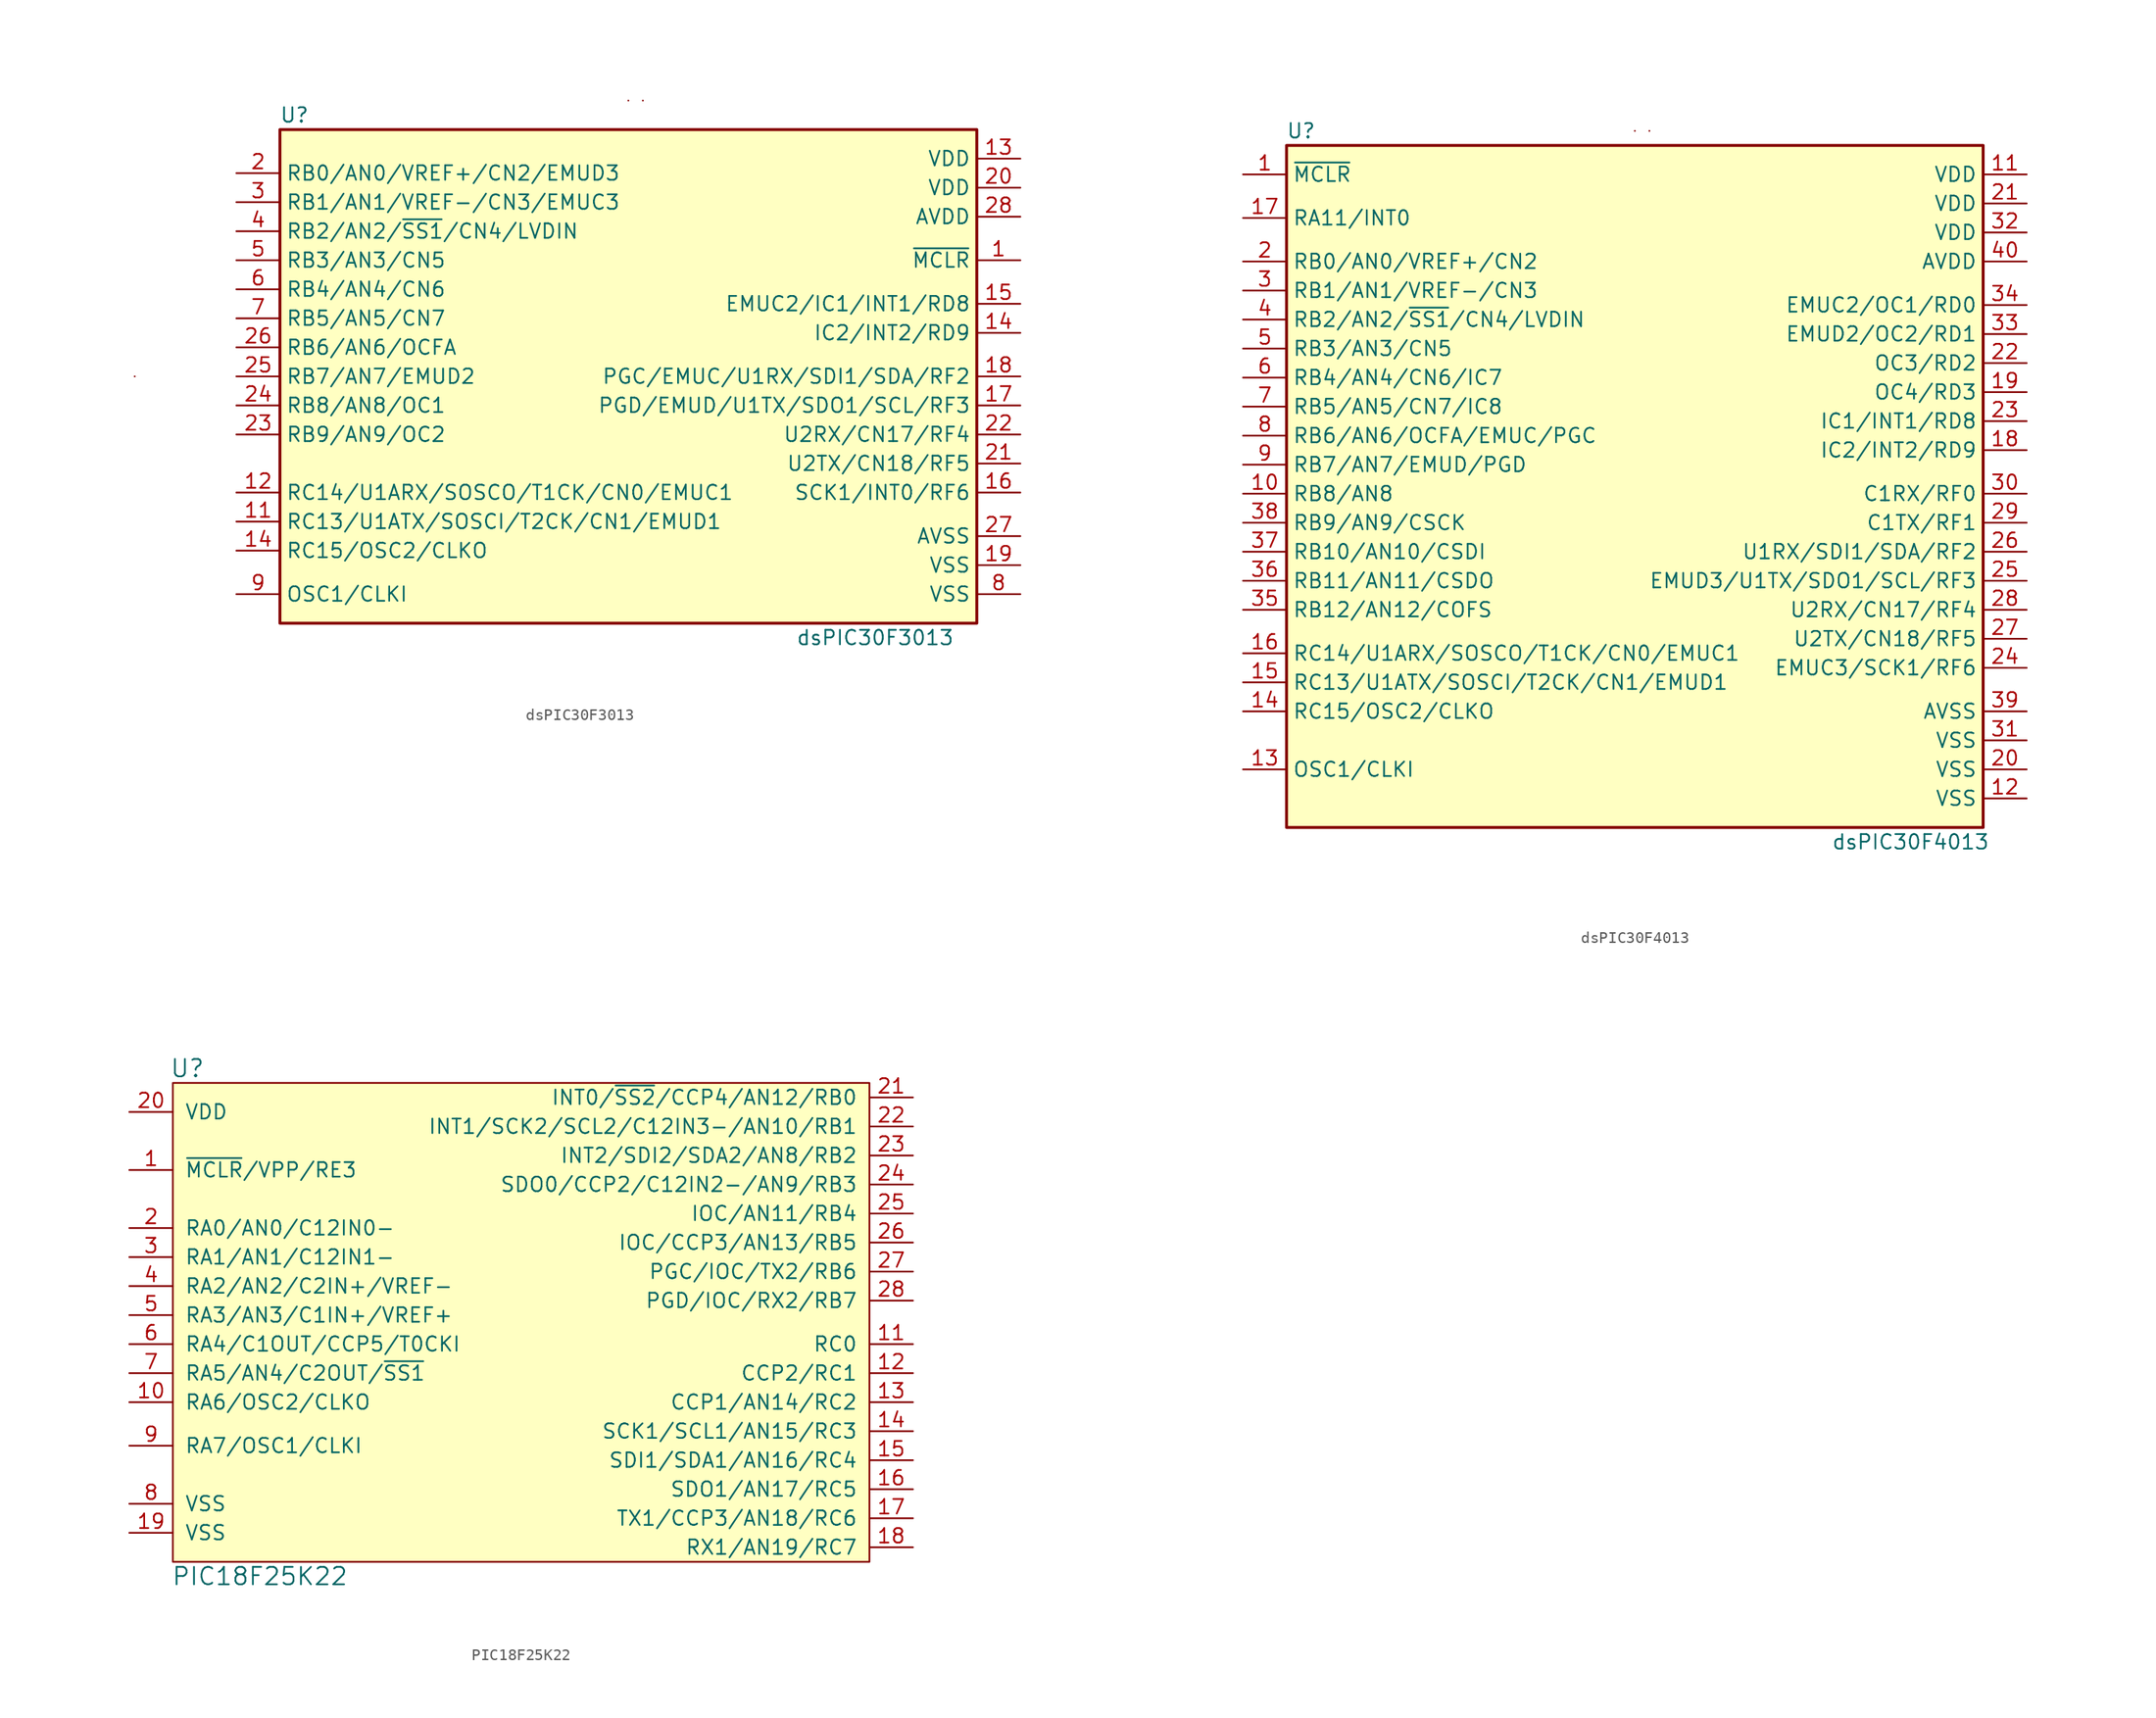
<source format=kicad_sym>
(kicad_symbol_lib
  (version 20211014)
  (generator kicad_symbol_editor)
  (symbol "dsPIC30F3013"
    (property "Reference" "U"
      (at -29.21 22.86 0)
      (effects (font (size 1.27 1.27))))
    (property "Value" "dsPIC30F3013"
      (at 21.59 -22.86 0)
      (effects (font (size 1.27 1.27))))
    (symbol "dsPIC30F3013_0_1"
      (rectangle (start -43.18 0) (end -43.18 0) (stroke (width 0) (type default) (color 0 0 0 0)) (fill (type none)))
      (rectangle (start 0 24.13) (end 0 24.13) (stroke (width 0) (type default) (color 0 0 0 0)) (fill (type none)))
      (rectangle (start 1.27 24.13) (end 1.27 24.13) (stroke (width 0) (type default) (color 0 0 0 0)) (fill (type none))))
    (symbol "dsPIC30F3013_1_1"
      (rectangle (start -30.48 21.59) (end 30.48 -21.59) (stroke (width 0.254) (type default) (color 0 0 0 0)) (fill (type background)))
      (pin input line (at 34.29 10.16 180) (length 3.81) (name "~{MCLR}" (effects (font (size 1.27 1.27)))) (number "1" (effects (font (size 1.27 1.27)))))
      (pin bidirectional line (at -34.29 -12.7 0) (length 3.81) (name "RC13/U1ATX/SOSCI/T2CK/CN1/EMUD1" (effects (font (size 1.27 1.27)))) (number "11" (effects (font (size 1.27 1.27)))))
      (pin bidirectional line (at -34.29 -10.16 0) (length 3.81) (name "RC14/U1ARX/SOSCO/T1CK/CN0/EMUC1" (effects (font (size 1.27 1.27)))) (number "12" (effects (font (size 1.27 1.27)))))
      (pin power_in line (at 34.29 19.05 180) (length 3.81) (name "VDD" (effects (font (size 1.27 1.27)))) (number "13" (effects (font (size 1.27 1.27)))))
      (pin bidirectional line (at 34.29 3.81 180) (length 3.81) (name "IC2/INT2/RD9" (effects (font (size 1.27 1.27)))) (number "14" (effects (font (size 1.27 1.27)))))
      (pin bidirectional line (at -34.29 -15.24 0) (length 3.81) (name "RC15/OSC2/CLKO" (effects (font (size 1.27 1.27)))) (number "14" (effects (font (size 1.27 1.27)))))
      (pin bidirectional line (at 34.29 6.35 180) (length 3.81) (name "EMUC2/IC1/INT1/RD8" (effects (font (size 1.27 1.27)))) (number "15" (effects (font (size 1.27 1.27)))))
      (pin bidirectional line (at 34.29 -10.16 180) (length 3.81) (name "SCK1/INT0/RF6" (effects (font (size 1.27 1.27)))) (number "16" (effects (font (size 1.27 1.27)))))
      (pin bidirectional line (at 34.29 -2.54 180) (length 3.81) (name "PGD/EMUD/U1TX/SDO1/SCL/RF3" (effects (font (size 1.27 1.27)))) (number "17" (effects (font (size 1.27 1.27)))))
      (pin bidirectional line (at 34.29 0 180) (length 3.81) (name "PGC/EMUC/U1RX/SDI1/SDA/RF2" (effects (font (size 1.27 1.27)))) (number "18" (effects (font (size 1.27 1.27)))))
      (pin power_in line (at 34.29 -16.51 180) (length 3.81) (name "VSS" (effects (font (size 1.27 1.27)))) (number "19" (effects (font (size 1.27 1.27)))))
      (pin bidirectional line (at -34.29 17.78 0) (length 3.81) (name "RB0/AN0/VREF+/CN2/EMUD3" (effects (font (size 1.27 1.27)))) (number "2" (effects (font (size 1.27 1.27)))))
      (pin power_in line (at 34.29 16.51 180) (length 3.81) (name "VDD" (effects (font (size 1.27 1.27)))) (number "20" (effects (font (size 1.27 1.27)))))
      (pin bidirectional line (at 34.29 -7.62 180) (length 3.81) (name "U2TX/CN18/RF5" (effects (font (size 1.27 1.27)))) (number "21" (effects (font (size 1.27 1.27)))))
      (pin bidirectional line (at 34.29 -5.08 180) (length 3.81) (name "U2RX/CN17/RF4" (effects (font (size 1.27 1.27)))) (number "22" (effects (font (size 1.27 1.27)))))
      (pin bidirectional line (at -34.29 -5.08 0) (length 3.81) (name "RB9/AN9/OC2" (effects (font (size 1.27 1.27)))) (number "23" (effects (font (size 1.27 1.27)))))
      (pin bidirectional line (at -34.29 -2.54 0) (length 3.81) (name "RB8/AN8/OC1" (effects (font (size 1.27 1.27)))) (number "24" (effects (font (size 1.27 1.27)))))
      (pin bidirectional line (at -34.29 0 0) (length 3.81) (name "RB7/AN7/EMUD2" (effects (font (size 1.27 1.27)))) (number "25" (effects (font (size 1.27 1.27)))))
      (pin bidirectional line (at -34.29 2.54 0) (length 3.81) (name "RB6/AN6/OCFA" (effects (font (size 1.27 1.27)))) (number "26" (effects (font (size 1.27 1.27)))))
      (pin power_in line (at 34.29 -13.97 180) (length 3.81) (name "AVSS" (effects (font (size 1.27 1.27)))) (number "27" (effects (font (size 1.27 1.27)))))
      (pin power_in line (at 34.29 13.97 180) (length 3.81) (name "AVDD" (effects (font (size 1.27 1.27)))) (number "28" (effects (font (size 1.27 1.27)))))
      (pin bidirectional line (at -34.29 15.24 0) (length 3.81) (name "RB1/AN1/VREF-/CN3/EMUC3" (effects (font (size 1.27 1.27)))) (number "3" (effects (font (size 1.27 1.27)))))
      (pin bidirectional line (at -34.29 12.7 0) (length 3.81) (name "RB2/AN2/~{SS1}/CN4/LVDIN" (effects (font (size 1.27 1.27)))) (number "4" (effects (font (size 1.27 1.27)))))
      (pin bidirectional line (at -34.29 10.16 0) (length 3.81) (name "RB3/AN3/CN5" (effects (font (size 1.27 1.27)))) (number "5" (effects (font (size 1.27 1.27)))))
      (pin bidirectional line (at -34.29 7.62 0) (length 3.81) (name "RB4/AN4/CN6" (effects (font (size 1.27 1.27)))) (number "6" (effects (font (size 1.27 1.27)))))
      (pin bidirectional line (at -34.29 5.08 0) (length 3.81) (name "RB5/AN5/CN7" (effects (font (size 1.27 1.27)))) (number "7" (effects (font (size 1.27 1.27)))))
      (pin power_in line (at 34.29 -19.05 180) (length 3.81) (name "VSS" (effects (font (size 1.27 1.27)))) (number "8" (effects (font (size 1.27 1.27)))))
      (pin input line (at -34.29 -19.05 0) (length 3.81) (name "OSC1/CLKI" (effects (font (size 1.27 1.27)))) (number "9" (effects (font (size 1.27 1.27)))))))
  (symbol "dsPIC30F4013"
    (property "Reference" "U"
      (at -29.21 31.75 0)
      (effects (font (size 1.27 1.27))))
    (property "Value" "dsPIC30F4013"
      (at 24.13 -30.48 0)
      (effects (font (size 1.27 1.27))))
    (symbol "dsPIC30F4013_0_1"
      (rectangle (start 0 31.75) (end 0 31.75) (stroke (width 0) (type default) (color 0 0 0 0)) (fill (type none)))
      (rectangle (start 1.27 31.75) (end 1.27 31.75) (stroke (width 0) (type default) (color 0 0 0 0)) (fill (type none))))
    (symbol "dsPIC30F4013_1_1"
      (rectangle (start -30.48 30.48) (end 30.48 -29.21) (stroke (width 0.254) (type default) (color 0 0 0 0)) (fill (type background)))
      (pin input line (at -34.29 27.94 0) (length 3.81) (name "~{MCLR}" (effects (font (size 1.27 1.27)))) (number "1" (effects (font (size 1.27 1.27)))))
      (pin bidirectional line (at -34.29 0 0) (length 3.81) (name "RB8/AN8" (effects (font (size 1.27 1.27)))) (number "10" (effects (font (size 1.27 1.27)))))
      (pin power_in line (at 34.29 27.94 180) (length 3.81) (name "VDD" (effects (font (size 1.27 1.27)))) (number "11" (effects (font (size 1.27 1.27)))))
      (pin power_in line (at 34.29 -26.67 180) (length 3.81) (name "VSS" (effects (font (size 1.27 1.27)))) (number "12" (effects (font (size 1.27 1.27)))))
      (pin input line (at -34.29 -24.13 0) (length 3.81) (name "OSC1/CLKI" (effects (font (size 1.27 1.27)))) (number "13" (effects (font (size 1.27 1.27)))))
      (pin bidirectional line (at -34.29 -19.05 0) (length 3.81) (name "RC15/OSC2/CLKO" (effects (font (size 1.27 1.27)))) (number "14" (effects (font (size 1.27 1.27)))))
      (pin bidirectional line (at -34.29 -16.51 0) (length 3.81) (name "RC13/U1ATX/SOSCI/T2CK/CN1/EMUD1" (effects (font (size 1.27 1.27)))) (number "15" (effects (font (size 1.27 1.27)))))
      (pin bidirectional line (at -34.29 -13.97 0) (length 3.81) (name "RC14/U1ARX/SOSCO/T1CK/CN0/EMUC1" (effects (font (size 1.27 1.27)))) (number "16" (effects (font (size 1.27 1.27)))))
      (pin bidirectional line (at -34.29 24.13 0) (length 3.81) (name "RA11/INT0" (effects (font (size 1.27 1.27)))) (number "17" (effects (font (size 1.27 1.27)))))
      (pin bidirectional line (at 34.29 3.81 180) (length 3.81) (name "IC2/INT2/RD9" (effects (font (size 1.27 1.27)))) (number "18" (effects (font (size 1.27 1.27)))))
      (pin bidirectional line (at 34.29 8.89 180) (length 3.81) (name "OC4/RD3" (effects (font (size 1.27 1.27)))) (number "19" (effects (font (size 1.27 1.27)))))
      (pin bidirectional line (at -34.29 20.32 0) (length 3.81) (name "RB0/AN0/VREF+/CN2" (effects (font (size 1.27 1.27)))) (number "2" (effects (font (size 1.27 1.27)))))
      (pin power_in line (at 34.29 -24.13 180) (length 3.81) (name "VSS" (effects (font (size 1.27 1.27)))) (number "20" (effects (font (size 1.27 1.27)))))
      (pin power_in line (at 34.29 25.4 180) (length 3.81) (name "VDD" (effects (font (size 1.27 1.27)))) (number "21" (effects (font (size 1.27 1.27)))))
      (pin bidirectional line (at 34.29 11.43 180) (length 3.81) (name "OC3/RD2" (effects (font (size 1.27 1.27)))) (number "22" (effects (font (size 1.27 1.27)))))
      (pin bidirectional line (at 34.29 6.35 180) (length 3.81) (name "IC1/INT1/RD8" (effects (font (size 1.27 1.27)))) (number "23" (effects (font (size 1.27 1.27)))))
      (pin bidirectional line (at 34.29 -15.24 180) (length 3.81) (name "EMUC3/SCK1/RF6" (effects (font (size 1.27 1.27)))) (number "24" (effects (font (size 1.27 1.27)))))
      (pin bidirectional line (at 34.29 -7.62 180) (length 3.81) (name "EMUD3/U1TX/SDO1/SCL/RF3" (effects (font (size 1.27 1.27)))) (number "25" (effects (font (size 1.27 1.27)))))
      (pin bidirectional line (at 34.29 -5.08 180) (length 3.81) (name "U1RX/SDI1/SDA/RF2" (effects (font (size 1.27 1.27)))) (number "26" (effects (font (size 1.27 1.27)))))
      (pin bidirectional line (at 34.29 -12.7 180) (length 3.81) (name "U2TX/CN18/RF5" (effects (font (size 1.27 1.27)))) (number "27" (effects (font (size 1.27 1.27)))))
      (pin bidirectional line (at 34.29 -10.16 180) (length 3.81) (name "U2RX/CN17/RF4" (effects (font (size 1.27 1.27)))) (number "28" (effects (font (size 1.27 1.27)))))
      (pin bidirectional line (at 34.29 -2.54 180) (length 3.81) (name "C1TX/RF1" (effects (font (size 1.27 1.27)))) (number "29" (effects (font (size 1.27 1.27)))))
      (pin bidirectional line (at -34.29 17.78 0) (length 3.81) (name "RB1/AN1/VREF-/CN3" (effects (font (size 1.27 1.27)))) (number "3" (effects (font (size 1.27 1.27)))))
      (pin bidirectional line (at 34.29 0 180) (length 3.81) (name "C1RX/RF0" (effects (font (size 1.27 1.27)))) (number "30" (effects (font (size 1.27 1.27)))))
      (pin power_in line (at 34.29 -21.59 180) (length 3.81) (name "VSS" (effects (font (size 1.27 1.27)))) (number "31" (effects (font (size 1.27 1.27)))))
      (pin power_in line (at 34.29 22.86 180) (length 3.81) (name "VDD" (effects (font (size 1.27 1.27)))) (number "32" (effects (font (size 1.27 1.27)))))
      (pin bidirectional line (at 34.29 13.97 180) (length 3.81) (name "EMUD2/OC2/RD1" (effects (font (size 1.27 1.27)))) (number "33" (effects (font (size 1.27 1.27)))))
      (pin bidirectional line (at 34.29 16.51 180) (length 3.81) (name "EMUC2/OC1/RD0" (effects (font (size 1.27 1.27)))) (number "34" (effects (font (size 1.27 1.27)))))
      (pin bidirectional line (at -34.29 -10.16 0) (length 3.81) (name "RB12/AN12/COFS" (effects (font (size 1.27 1.27)))) (number "35" (effects (font (size 1.27 1.27)))))
      (pin bidirectional line (at -34.29 -7.62 0) (length 3.81) (name "RB11/AN11/CSDO" (effects (font (size 1.27 1.27)))) (number "36" (effects (font (size 1.27 1.27)))))
      (pin bidirectional line (at -34.29 -5.08 0) (length 3.81) (name "RB10/AN10/CSDI" (effects (font (size 1.27 1.27)))) (number "37" (effects (font (size 1.27 1.27)))))
      (pin bidirectional line (at -34.29 -2.54 0) (length 3.81) (name "RB9/AN9/CSCK" (effects (font (size 1.27 1.27)))) (number "38" (effects (font (size 1.27 1.27)))))
      (pin power_in line (at 34.29 -19.05 180) (length 3.81) (name "AVSS" (effects (font (size 1.27 1.27)))) (number "39" (effects (font (size 1.27 1.27)))))
      (pin bidirectional line (at -34.29 15.24 0) (length 3.81) (name "RB2/AN2/~{SS1}/CN4/LVDIN" (effects (font (size 1.27 1.27)))) (number "4" (effects (font (size 1.27 1.27)))))
      (pin power_in line (at 34.29 20.32 180) (length 3.81) (name "AVDD" (effects (font (size 1.27 1.27)))) (number "40" (effects (font (size 1.27 1.27)))))
      (pin bidirectional line (at -34.29 12.7 0) (length 3.81) (name "RB3/AN3/CN5" (effects (font (size 1.27 1.27)))) (number "5" (effects (font (size 1.27 1.27)))))
      (pin bidirectional line (at -34.29 10.16 0) (length 3.81) (name "RB4/AN4/CN6/IC7" (effects (font (size 1.27 1.27)))) (number "6" (effects (font (size 1.27 1.27)))))
      (pin bidirectional line (at -34.29 7.62 0) (length 3.81) (name "RB5/AN5/CN7/IC8" (effects (font (size 1.27 1.27)))) (number "7" (effects (font (size 1.27 1.27)))))
      (pin bidirectional line (at -34.29 5.08 0) (length 3.81) (name "RB6/AN6/OCFA/EMUC/PGC" (effects (font (size 1.27 1.27)))) (number "8" (effects (font (size 1.27 1.27)))))
      (pin bidirectional line (at -34.29 2.54 0) (length 3.81) (name "RB7/AN7/EMUD/PGD" (effects (font (size 1.27 1.27)))) (number "9" (effects (font (size 1.27 1.27)))))))
  (symbol "PIC18F25K22"
    (pin_names
      (offset 1.016))
    (property "Reference" "U"
      (at -29.21 22.86 0)
      (effects (font (size 1.524 1.524))))
    (property "Value" "PIC18F25K22"
      (at -22.86 -21.59 0)
      (effects (font (size 1.524 1.524))))
    (symbol "PIC18F25K22_0_1"
      (rectangle (start -30.48 21.59) (end 30.48 -20.32) (stroke (width 0) (type default) (color 0 0 0 0)) (fill (type background))))
    (symbol "PIC18F25K22_1_1"
      (pin input line (at -34.29 13.97 0) (length 3.81) (name "~{MCLR}/VPP/RE3" (effects (font (size 1.27 1.27)))) (number "1" (effects (font (size 1.27 1.27)))))
      (pin bidirectional line (at -34.29 -6.35 0) (length 3.81) (name "RA6/OSC2/CLKO" (effects (font (size 1.27 1.27)))) (number "10" (effects (font (size 1.27 1.27)))))
      (pin bidirectional line (at 34.29 -1.27 180) (length 3.81) (name "RC0" (effects (font (size 1.27 1.27)))) (number "11" (effects (font (size 1.27 1.27)))))
      (pin bidirectional line (at 34.29 -3.81 180) (length 3.81) (name "CCP2/RC1" (effects (font (size 1.27 1.27)))) (number "12" (effects (font (size 1.27 1.27)))))
      (pin bidirectional line (at 34.29 -6.35 180) (length 3.81) (name "CCP1/AN14/RC2" (effects (font (size 1.27 1.27)))) (number "13" (effects (font (size 1.27 1.27)))))
      (pin bidirectional line (at 34.29 -8.89 180) (length 3.81) (name "SCK1/SCL1/AN15/RC3" (effects (font (size 1.27 1.27)))) (number "14" (effects (font (size 1.27 1.27)))))
      (pin bidirectional line (at 34.29 -11.43 180) (length 3.81) (name "SDI1/SDA1/AN16/RC4" (effects (font (size 1.27 1.27)))) (number "15" (effects (font (size 1.27 1.27)))))
      (pin bidirectional line (at 34.29 -13.97 180) (length 3.81) (name "SDO1/AN17/RC5" (effects (font (size 1.27 1.27)))) (number "16" (effects (font (size 1.27 1.27)))))
      (pin bidirectional line (at 34.29 -16.51 180) (length 3.81) (name "TX1/CCP3/AN18/RC6" (effects (font (size 1.27 1.27)))) (number "17" (effects (font (size 1.27 1.27)))))
      (pin bidirectional line (at 34.29 -19.05 180) (length 3.81) (name "RX1/AN19/RC7" (effects (font (size 1.27 1.27)))) (number "18" (effects (font (size 1.27 1.27)))))
      (pin power_in line (at -34.29 -17.78 0) (length 3.81) (name "VSS" (effects (font (size 1.27 1.27)))) (number "19" (effects (font (size 1.27 1.27)))))
      (pin bidirectional line (at -34.29 8.89 0) (length 3.81) (name "RA0/AN0/C12IN0-" (effects (font (size 1.27 1.27)))) (number "2" (effects (font (size 1.27 1.27)))))
      (pin power_in line (at -34.29 19.05 0) (length 3.81) (name "VDD" (effects (font (size 1.27 1.27)))) (number "20" (effects (font (size 1.27 1.27)))))
      (pin bidirectional line (at 34.29 20.32 180) (length 3.81) (name "INT0/~{SS2}/CCP4/AN12/RB0" (effects (font (size 1.27 1.27)))) (number "21" (effects (font (size 1.27 1.27)))))
      (pin bidirectional line (at 34.29 17.78 180) (length 3.81) (name "INT1/SCK2/SCL2/C12IN3-/AN10/RB1" (effects (font (size 1.27 1.27)))) (number "22" (effects (font (size 1.27 1.27)))))
      (pin bidirectional line (at 34.29 15.24 180) (length 3.81) (name "INT2/SDI2/SDA2/AN8/RB2" (effects (font (size 1.27 1.27)))) (number "23" (effects (font (size 1.27 1.27)))))
      (pin bidirectional line (at 34.29 12.7 180) (length 3.81) (name "SDO0/CCP2/C12IN2-/AN9/RB3" (effects (font (size 1.27 1.27)))) (number "24" (effects (font (size 1.27 1.27)))))
      (pin bidirectional line (at 34.29 10.16 180) (length 3.81) (name "IOC/AN11/RB4" (effects (font (size 1.27 1.27)))) (number "25" (effects (font (size 1.27 1.27)))))
      (pin bidirectional line (at 34.29 7.62 180) (length 3.81) (name "IOC/CCP3/AN13/RB5" (effects (font (size 1.27 1.27)))) (number "26" (effects (font (size 1.27 1.27)))))
      (pin bidirectional line (at 34.29 5.08 180) (length 3.81) (name "PGC/IOC/TX2/RB6" (effects (font (size 1.27 1.27)))) (number "27" (effects (font (size 1.27 1.27)))))
      (pin bidirectional line (at 34.29 2.54 180) (length 3.81) (name "PGD/IOC/RX2/RB7" (effects (font (size 1.27 1.27)))) (number "28" (effects (font (size 1.27 1.27)))))
      (pin bidirectional line (at -34.29 6.35 0) (length 3.81) (name "RA1/AN1/C12IN1-" (effects (font (size 1.27 1.27)))) (number "3" (effects (font (size 1.27 1.27)))))
      (pin bidirectional line (at -34.29 3.81 0) (length 3.81) (name "RA2/AN2/C2IN+/VREF-" (effects (font (size 1.27 1.27)))) (number "4" (effects (font (size 1.27 1.27)))))
      (pin bidirectional line (at -34.29 1.27 0) (length 3.81) (name "RA3/AN3/C1IN+/VREF+" (effects (font (size 1.27 1.27)))) (number "5" (effects (font (size 1.27 1.27)))))
      (pin bidirectional line (at -34.29 -1.27 0) (length 3.81) (name "RA4/C1OUT/CCP5/T0CKI" (effects (font (size 1.27 1.27)))) (number "6" (effects (font (size 1.27 1.27)))))
      (pin bidirectional line (at -34.29 -3.81 0) (length 3.81) (name "RA5/AN4/C2OUT/~{SS1}" (effects (font (size 1.27 1.27)))) (number "7" (effects (font (size 1.27 1.27)))))
      (pin power_in line (at -34.29 -15.24 0) (length 3.81) (name "VSS" (effects (font (size 1.27 1.27)))) (number "8" (effects (font (size 1.27 1.27)))))
      (pin bidirectional line (at -34.29 -10.16 0) (length 3.81) (name "RA7/OSC1/CLKI" (effects (font (size 1.27 1.27)))) (number "9" (effects (font (size 1.27 1.27))))))))
</source>
